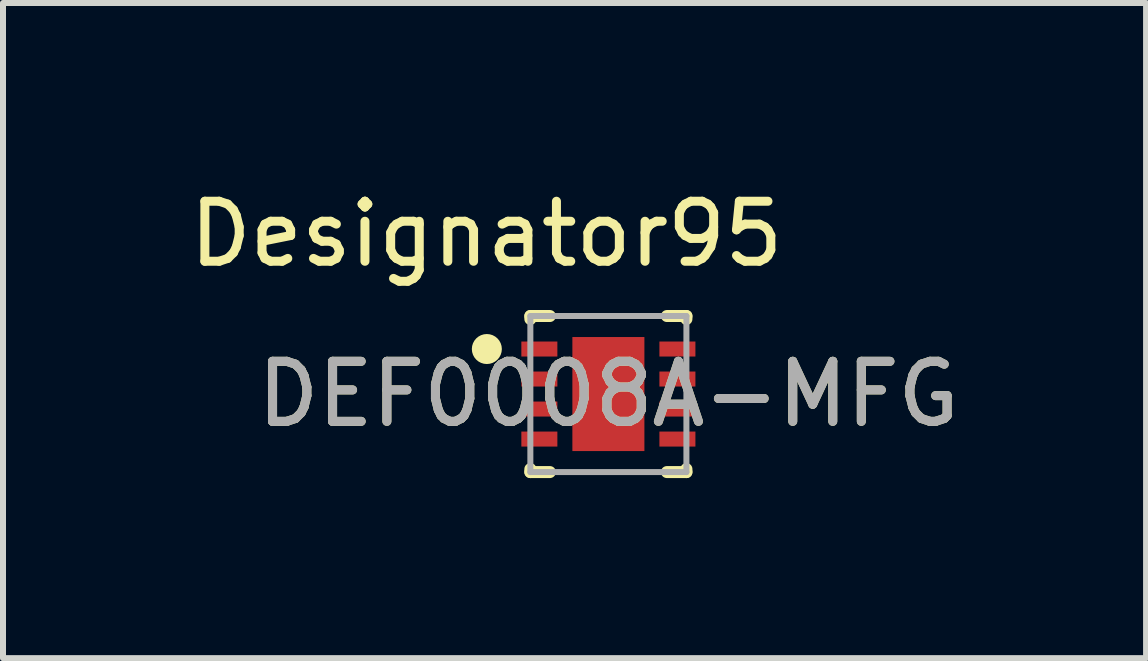
<source format=kicad_pcb>
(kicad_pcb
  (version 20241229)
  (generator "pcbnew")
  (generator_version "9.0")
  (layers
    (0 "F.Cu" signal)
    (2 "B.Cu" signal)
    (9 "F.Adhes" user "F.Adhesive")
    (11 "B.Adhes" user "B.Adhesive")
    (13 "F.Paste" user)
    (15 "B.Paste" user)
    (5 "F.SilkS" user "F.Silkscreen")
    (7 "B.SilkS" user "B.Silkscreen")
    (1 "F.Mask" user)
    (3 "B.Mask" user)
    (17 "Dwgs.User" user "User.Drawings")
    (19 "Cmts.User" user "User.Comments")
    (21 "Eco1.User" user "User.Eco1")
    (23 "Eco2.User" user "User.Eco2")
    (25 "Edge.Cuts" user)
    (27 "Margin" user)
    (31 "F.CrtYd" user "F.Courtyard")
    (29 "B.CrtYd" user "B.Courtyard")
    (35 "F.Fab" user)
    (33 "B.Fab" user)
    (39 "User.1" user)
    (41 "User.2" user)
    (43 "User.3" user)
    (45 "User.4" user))
  (footprint "DEF0008A-MFG"
    (layer "F.Cu")
    (at 7.086 3.515)
    (property "Reference" "DEF0008A-MFG" (at 0 0 0) (unlocked yes) (layer "F.SilkS") (effects (font (size 1 1) (thickness 0.15))))
    (attr smd)
    (fp_line (start -1.3 -1.3) (end -0.975 -1.3) (stroke (width 0.2) (type solid)) (layer "F.SilkS"))
    (fp_line (start -1.3 -1.25) (end -1.3 -1.3) (stroke (width 0.2) (type solid)) (layer "F.SilkS"))
    (fp_line (start -1.3 1.3) (end -1.3 1.25) (stroke (width 0.2) (type solid)) (layer "F.SilkS"))
    (fp_line (start -1.3 1.3) (end -0.975 1.3) (stroke (width 0.2) (type solid)) (layer "F.SilkS"))
    (fp_line (start 0.975 -1.3) (end 1.3 -1.3) (stroke (width 0.2) (type solid)) (layer "F.SilkS"))
    (fp_line (start 0.975 1.3) (end 1.3 1.3) (stroke (width 0.2) (type solid)) (layer "F.SilkS"))
    (fp_line (start 1.3 -1.25) (end 1.3 -1.3) (stroke (width 0.2) (type solid)) (layer "F.SilkS"))
    (fp_line (start 1.3 1.3) (end 1.3 1.25) (stroke (width 0.2) (type solid)) (layer "F.SilkS"))
    (fp_circle (center -2.025 -0.75) (end -1.9 -0.75) (stroke (width 0.25) (type solid)) (fill no) (layer "F.SilkS"))
    (fp_poly (pts (xy -0.515 0.855) (xy -0.565 0.805) (xy -0.565 -0.805) (xy -0.515 -0.855) (xy 0.515 -0.855) (xy 0.565 -0.805) (xy 0.565 0.805) (xy 0.515 0.855)) (stroke (width 0) (type solid)) (fill yes) (layer "F.Paste"))
    (fp_line (start -1.3 -1.3) (end 1.3 -1.3) (stroke (width 0.1) (type solid)) (layer "F.Fab"))
    (fp_line (start -1.3 1.3) (end -1.3 -1.3) (stroke (width 0.1) (type solid)) (layer "F.Fab"))
    (fp_line (start -1.3 1.3) (end 1.3 1.3) (stroke (width 0.1) (type solid)) (layer "F.Fab"))
    (fp_line (start 1.3 1.3) (end 1.3 -1.3) (stroke (width 0.1) (type solid)) (layer "F.Fab"))
    (fp_text user "Designator95" (at -2.032 -2.667 0) (unlocked yes) (layer "F.SilkS") (effects (font (size 1 1) (thickness 0.15))))
    (fp_text user "${REFERENCE}" (at 0 0 0) (unlocked yes) (layer "F.Fab") (effects (font (size 1 1) (thickness 0.15))))
    (pad "1" smd rect (at -1.15 -0.75) (size 0.6 0.25) (layers "F.Cu" "F.Mask" "F.Paste"))
    (pad "2" smd rect (at -1.15 -0.25) (size 0.6 0.25) (layers "F.Cu" "F.Mask" "F.Paste"))
    (pad "3" smd rect (at -1.15 0.25) (size 0.6 0.25) (layers "F.Cu" "F.Mask" "F.Paste"))
    (pad "4" smd rect (at -1.15 0.75) (size 0.6 0.25) (layers "F.Cu" "F.Mask" "F.Paste"))
    (pad "5" smd rect (at 1.15 0.75) (size 0.6 0.25) (layers "F.Cu" "F.Mask" "F.Paste"))
    (pad "6" smd rect (at 1.15 0.25) (size 0.6 0.25) (layers "F.Cu" "F.Mask" "F.Paste"))
    (pad "7" smd rect (at 1.15 -0.25) (size 0.6 0.25) (layers "F.Cu" "F.Mask" "F.Paste"))
    (pad "8" smd rect (at 1.15 -0.75) (size 0.6 0.25) (layers "F.Cu" "F.Mask" "F.Paste"))
    (pad "9" smd rect (at 0 0) (size 1.2 1.9) (layers "F.Cu" "F.Mask")))
  (gr_rect
    (start -3 -3)
    (end 16.044 7.915)
    (stroke (width 0.1) (type default))
    (fill no)
    (layer "Edge.Cuts")))
</source>
